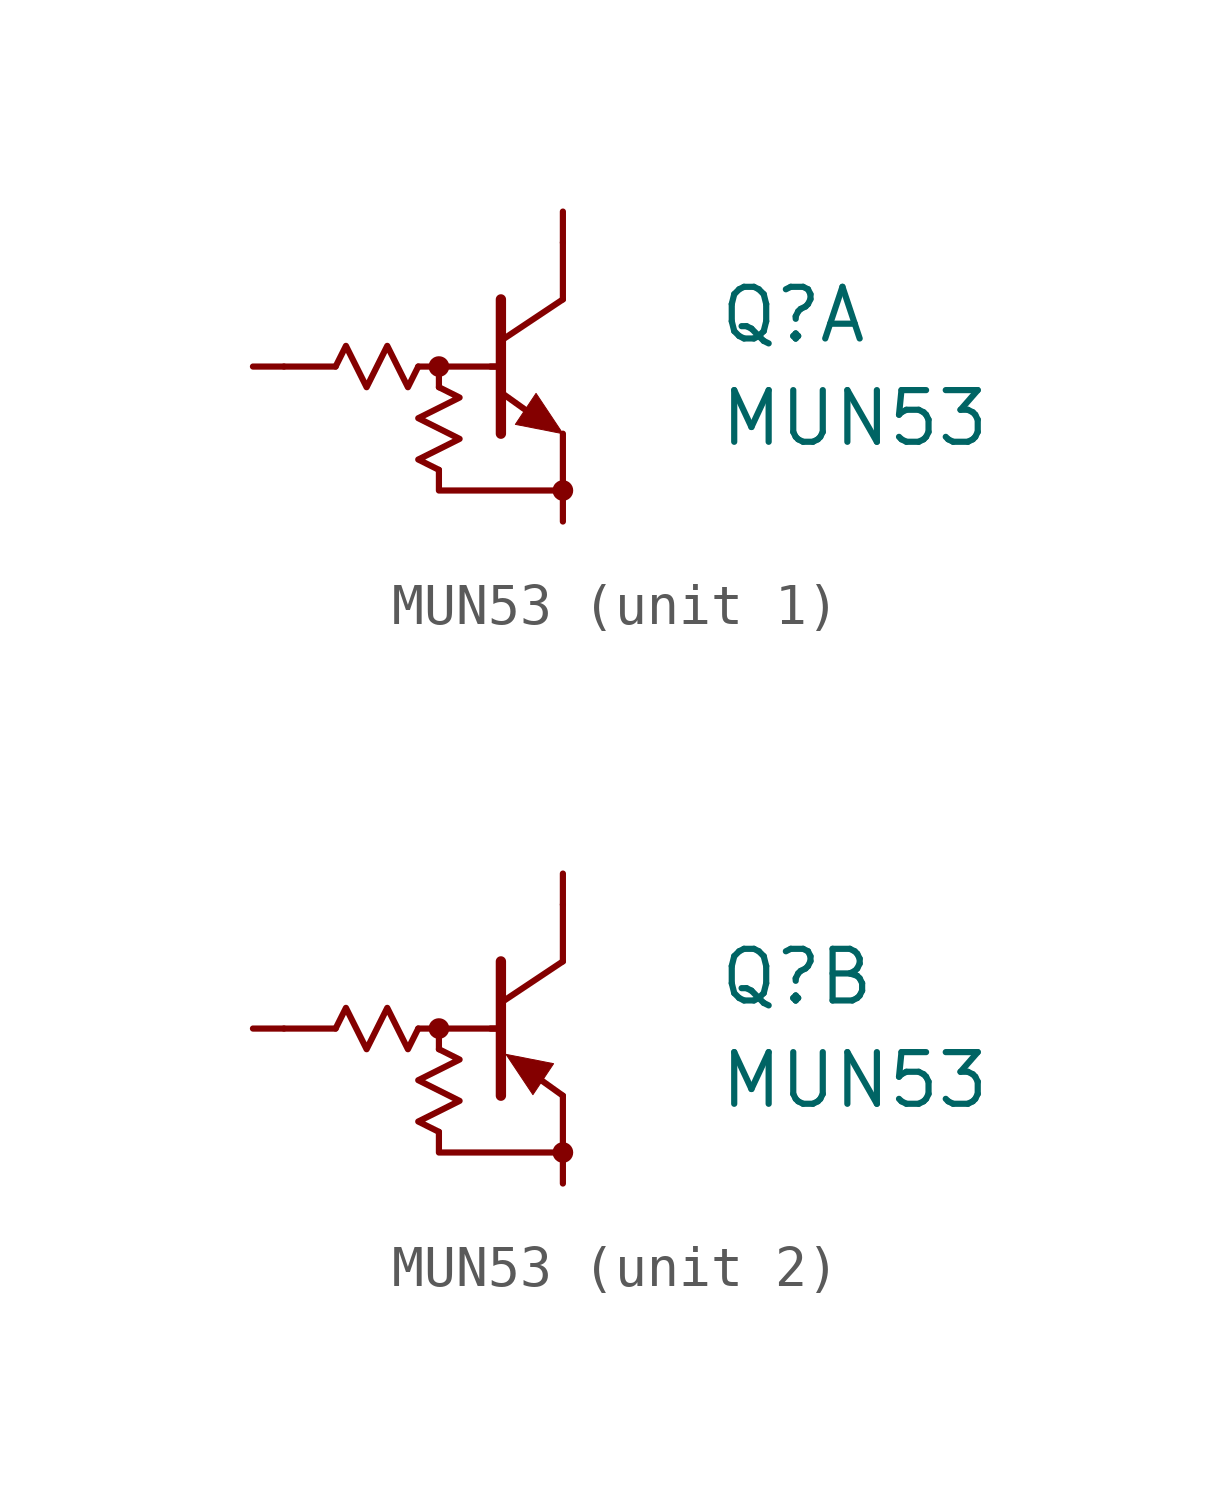
<source format=kicad_sym>
(kicad_symbol_lib
  (version 20211014)
  (generator kicad_symbol_editor)
  (symbol "MUN53"
    (pin_numbers hide)
    (pin_names
      (offset 1.016))
    (property "Reference" "Q"
      (at 3.81 1.27 0)
      (effects (font (size 1.27 1.27)) (justify left)))
    (property "Value" "MUN53"
      (at 3.81 -1.27 0)
      (effects (font (size 1.27 1.27)) (justify left)))
    (property "ki_locked" ""
      (at 0 0 0)
      (effects (font (size 1.27 1.27))))
    (symbol "MUN53_0_1"
      (circle (center -3.048 0) (radius 0.127) (stroke (width 0.254) (type default) (color 0 0 0 0)) (fill (type none)))
      (circle (center 0 -3.048) (radius 0.127) (stroke (width 0.254) (type default) (color 0 0 0 0)) (fill (type none)))
      (polyline (pts (xy -6.858 0) (xy -5.588 0)) (stroke (width 0) (type default) (color 0 0 0 0)) (fill (type none)))
      (polyline (pts (xy -3.048 -0.508) (xy -3.048 0)) (stroke (width 0) (type default) (color 0 0 0 0)) (fill (type none)))
      (polyline (pts (xy -1.778 0) (xy -1.524 0)) (stroke (width 0) (type default) (color 0 0 0 0)) (fill (type none)))
      (polyline (pts (xy -1.524 -1.651) (xy -1.524 1.651)) (stroke (width 0.254) (type default) (color 0 0 0 0)) (fill (type none)))
      (polyline (pts (xy -1.524 0) (xy -3.556 0)) (stroke (width 0) (type default) (color 0 0 0 0)) (fill (type none)))
      (polyline (pts (xy 0 -1.651) (xy 0 -3.048)) (stroke (width 0) (type default) (color 0 0 0 0)) (fill (type none)))
      (polyline (pts (xy 0 1.651) (xy -1.524 0.635)) (stroke (width 0) (type default) (color 0 0 0 0)) (fill (type none)))
      (polyline (pts (xy 0 1.651) (xy 0 3.048)) (stroke (width 0) (type default) (color 0 0 0 0)) (fill (type none)))
      (polyline (pts (xy 0 -3.048) (xy -3.048 -3.048) (xy -3.048 -2.54)) (stroke (width 0) (type default) (color 0 0 0 0)) (fill (type none)))
      (polyline (pts (xy -5.588 0) (xy -5.334 0.508) (xy -4.826 -0.508) (xy -4.318 0.508) (xy -3.81 -0.508) (xy -3.556 0)) (stroke (width 0) (type default) (color 0 0 0 0)) (fill (type none)))
      (polyline (pts (xy -3.048 -2.54) (xy -3.556 -2.286) (xy -2.54 -1.778) (xy -3.556 -1.27) (xy -2.54 -0.762) (xy -3.048 -0.508)) (stroke (width 0) (type default) (color 0 0 0 0)) (fill (type none))))
    (symbol "MUN53_1_1"
      (polyline (pts (xy -1.524 -0.635) (xy -0.635 -1.27)) (stroke (width 0) (type default) (color 0 0 0 0)) (fill (type none)))
      (polyline (pts (xy 0 -1.651) (xy -0.66 -0.66) (xy -1.168 -1.422) (xy 0 -1.651)) (stroke (width 0.025) (type default) (color 0 0 0 0)) (fill (type outline)))
      (pin passive line (at 0 -3.81 90) (length 0.762) (name "~" (effects (font (size 1.27 1.27)))) (number "1" (effects (font (size 0.762 0.762)))))
      (pin passive line (at -7.62 0 0) (length 0.762) (name "~" (effects (font (size 1.27 1.27)))) (number "2" (effects (font (size 0.762 0.762)))))
      (pin passive line (at 0 3.81 270) (length 0.762) (name "~" (effects (font (size 1.27 1.27)))) (number "6" (effects (font (size 0.762 0.762))))))
    (symbol "MUN53_2_1"
      (polyline (pts (xy -0.889 -1.016) (xy 0 -1.651)) (stroke (width 0) (type default) (color 0 0 0 0)) (fill (type none)))
      (polyline (pts (xy -1.397 -0.635) (xy -0.737 -1.626) (xy -0.229 -0.864) (xy -1.397 -0.635)) (stroke (width 0.025) (type default) (color 0 0 0 0)) (fill (type outline)))
      (pin passive line (at 0 3.81 270) (length 0.762) (name "~" (effects (font (size 1.27 1.27)))) (number "3" (effects (font (size 0.762 0.762)))))
      (pin passive line (at 0 -3.81 90) (length 0.762) (name "~" (effects (font (size 1.27 1.27)))) (number "4" (effects (font (size 0.762 0.762)))))
      (pin passive line (at -7.62 0 0) (length 0.762) (name "~" (effects (font (size 1.27 1.27)))) (number "5" (effects (font (size 0.762 0.762))))))))
</source>
